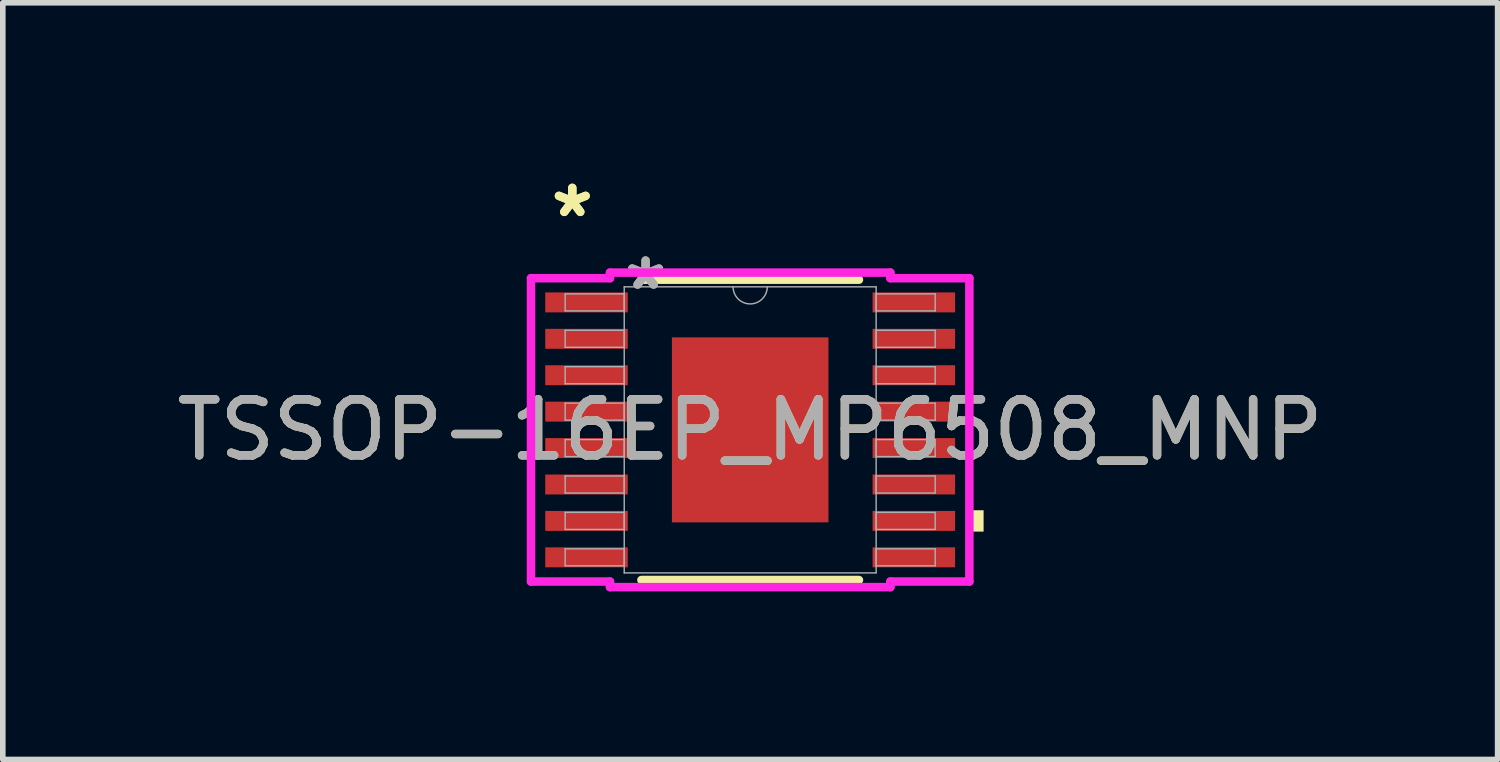
<source format=kicad_pcb>
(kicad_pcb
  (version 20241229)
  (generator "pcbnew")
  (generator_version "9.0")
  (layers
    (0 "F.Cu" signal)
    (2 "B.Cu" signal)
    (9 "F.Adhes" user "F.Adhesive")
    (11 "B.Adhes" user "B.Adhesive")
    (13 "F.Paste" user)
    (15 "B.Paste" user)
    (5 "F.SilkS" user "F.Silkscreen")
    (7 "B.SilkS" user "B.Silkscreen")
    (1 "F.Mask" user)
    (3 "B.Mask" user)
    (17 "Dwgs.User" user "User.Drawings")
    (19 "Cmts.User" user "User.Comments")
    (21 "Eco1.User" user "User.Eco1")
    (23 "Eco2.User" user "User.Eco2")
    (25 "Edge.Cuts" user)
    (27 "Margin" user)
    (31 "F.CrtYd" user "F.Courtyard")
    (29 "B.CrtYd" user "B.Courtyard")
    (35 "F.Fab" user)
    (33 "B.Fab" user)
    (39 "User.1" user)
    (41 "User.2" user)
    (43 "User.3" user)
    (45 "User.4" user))
  (footprint "TSSOP-16EP_MP6508_MNP"
    (layer "F.Cu")
    (at 10.339 4.622)
    (property "Reference" "TSSOP-16EP_MP6508_MNP" (at 0 0 0) (unlocked yes) (layer "F.SilkS") (effects (font (size 1 1) (thickness 0.15))))
    (attr smd)
    (fp_line (start -1.941 2.68) (end 1.941 2.68) (stroke (width 0.152) (type solid)) (layer "F.SilkS"))
    (fp_line (start 1.941 -2.68) (end -1.941 -2.68) (stroke (width 0.152) (type solid)) (layer "F.SilkS"))
    (fp_poly (pts (xy 4.166 1.435) (xy 4.166 1.816) (xy 3.912 1.816) (xy 3.912 1.435)) (stroke (width 0) (type solid)) (fill yes) (layer "F.SilkS"))
    (fp_poly (pts (xy -1.297 -1.551) (xy -1.297 -0.1) (xy -0.1 -0.1) (xy -0.1 -1.551)) (stroke (width 0) (type solid)) (fill yes) (layer "F.Paste"))
    (fp_poly (pts (xy -1.297 0.1) (xy -1.297 1.551) (xy -0.1 1.551) (xy -0.1 0.1)) (stroke (width 0) (type solid)) (fill yes) (layer "F.Paste"))
    (fp_poly (pts (xy 0.1 -1.551) (xy 0.1 -0.1) (xy 1.297 -0.1) (xy 1.297 -1.551)) (stroke (width 0) (type solid)) (fill yes) (layer "F.Paste"))
    (fp_poly (pts (xy 0.1 0.1) (xy 0.1 1.551) (xy 1.297 1.551) (xy 1.297 0.1)) (stroke (width 0) (type solid)) (fill yes) (layer "F.Paste"))
    (fp_line (start -3.912 -2.707) (end -2.502 -2.707) (stroke (width 0.152) (type solid)) (layer "F.CrtYd"))
    (fp_line (start -3.912 2.707) (end -3.912 -2.707) (stroke (width 0.152) (type solid)) (layer "F.CrtYd"))
    (fp_line (start -3.912 2.707) (end -2.502 2.707) (stroke (width 0.152) (type solid)) (layer "F.CrtYd"))
    (fp_line (start -2.502 -2.807) (end 2.502 -2.807) (stroke (width 0.152) (type solid)) (layer "F.CrtYd"))
    (fp_line (start -2.502 -2.707) (end -2.502 -2.807) (stroke (width 0.152) (type solid)) (layer "F.CrtYd"))
    (fp_line (start -2.502 2.807) (end -2.502 2.707) (stroke (width 0.152) (type solid)) (layer "F.CrtYd"))
    (fp_line (start 2.502 -2.807) (end 2.502 -2.707) (stroke (width 0.152) (type solid)) (layer "F.CrtYd"))
    (fp_line (start 2.502 2.707) (end 2.502 2.807) (stroke (width 0.152) (type solid)) (layer "F.CrtYd"))
    (fp_line (start 2.502 2.807) (end -2.502 2.807) (stroke (width 0.152) (type solid)) (layer "F.CrtYd"))
    (fp_line (start 3.912 -2.707) (end 2.502 -2.707) (stroke (width 0.152) (type solid)) (layer "F.CrtYd"))
    (fp_line (start 3.912 -2.707) (end 3.912 2.707) (stroke (width 0.152) (type solid)) (layer "F.CrtYd"))
    (fp_line (start 3.912 2.707) (end 2.502 2.707) (stroke (width 0.152) (type solid)) (layer "F.CrtYd"))
    (fp_line (start -3.302 -2.427) (end -3.302 -2.123) (stroke (width 0.025) (type solid)) (layer "F.Fab"))
    (fp_line (start -3.302 -2.123) (end -2.248 -2.123) (stroke (width 0.025) (type solid)) (layer "F.Fab"))
    (fp_line (start -3.302 -1.777) (end -3.302 -1.473) (stroke (width 0.025) (type solid)) (layer "F.Fab"))
    (fp_line (start -3.302 -1.473) (end -2.248 -1.473) (stroke (width 0.025) (type solid)) (layer "F.Fab"))
    (fp_line (start -3.302 -1.127) (end -3.302 -0.823) (stroke (width 0.025) (type solid)) (layer "F.Fab"))
    (fp_line (start -3.302 -0.823) (end -2.248 -0.823) (stroke (width 0.025) (type solid)) (layer "F.Fab"))
    (fp_line (start -3.302 -0.477) (end -3.302 -0.173) (stroke (width 0.025) (type solid)) (layer "F.Fab"))
    (fp_line (start -3.302 -0.173) (end -2.248 -0.173) (stroke (width 0.025) (type solid)) (layer "F.Fab"))
    (fp_line (start -3.302 0.173) (end -3.302 0.477) (stroke (width 0.025) (type solid)) (layer "F.Fab"))
    (fp_line (start -3.302 0.477) (end -2.248 0.477) (stroke (width 0.025) (type solid)) (layer "F.Fab"))
    (fp_line (start -3.302 0.823) (end -3.302 1.127) (stroke (width 0.025) (type solid)) (layer "F.Fab"))
    (fp_line (start -3.302 1.127) (end -2.248 1.127) (stroke (width 0.025) (type solid)) (layer "F.Fab"))
    (fp_line (start -3.302 1.473) (end -3.302 1.777) (stroke (width 0.025) (type solid)) (layer "F.Fab"))
    (fp_line (start -3.302 1.777) (end -2.248 1.777) (stroke (width 0.025) (type solid)) (layer "F.Fab"))
    (fp_line (start -3.302 2.123) (end -3.302 2.427) (stroke (width 0.025) (type solid)) (layer "F.Fab"))
    (fp_line (start -3.302 2.427) (end -2.248 2.427) (stroke (width 0.025) (type solid)) (layer "F.Fab"))
    (fp_line (start -2.248 -2.553) (end -2.248 2.553) (stroke (width 0.025) (type solid)) (layer "F.Fab"))
    (fp_line (start -2.248 -2.427) (end -3.302 -2.427) (stroke (width 0.025) (type solid)) (layer "F.Fab"))
    (fp_line (start -2.248 -2.123) (end -2.248 -2.427) (stroke (width 0.025) (type solid)) (layer "F.Fab"))
    (fp_line (start -2.248 -1.777) (end -3.302 -1.777) (stroke (width 0.025) (type solid)) (layer "F.Fab"))
    (fp_line (start -2.248 -1.473) (end -2.248 -1.777) (stroke (width 0.025) (type solid)) (layer "F.Fab"))
    (fp_line (start -2.248 -1.127) (end -3.302 -1.127) (stroke (width 0.025) (type solid)) (layer "F.Fab"))
    (fp_line (start -2.248 -0.823) (end -2.248 -1.127) (stroke (width 0.025) (type solid)) (layer "F.Fab"))
    (fp_line (start -2.248 -0.477) (end -3.302 -0.477) (stroke (width 0.025) (type solid)) (layer "F.Fab"))
    (fp_line (start -2.248 -0.173) (end -2.248 -0.477) (stroke (width 0.025) (type solid)) (layer "F.Fab"))
    (fp_line (start -2.248 0.173) (end -3.302 0.173) (stroke (width 0.025) (type solid)) (layer "F.Fab"))
    (fp_line (start -2.248 0.477) (end -2.248 0.173) (stroke (width 0.025) (type solid)) (layer "F.Fab"))
    (fp_line (start -2.248 0.823) (end -3.302 0.823) (stroke (width 0.025) (type solid)) (layer "F.Fab"))
    (fp_line (start -2.248 1.127) (end -2.248 0.823) (stroke (width 0.025) (type solid)) (layer "F.Fab"))
    (fp_line (start -2.248 1.473) (end -3.302 1.473) (stroke (width 0.025) (type solid)) (layer "F.Fab"))
    (fp_line (start -2.248 1.777) (end -2.248 1.473) (stroke (width 0.025) (type solid)) (layer "F.Fab"))
    (fp_line (start -2.248 2.123) (end -3.302 2.123) (stroke (width 0.025) (type solid)) (layer "F.Fab"))
    (fp_line (start -2.248 2.427) (end -2.248 2.123) (stroke (width 0.025) (type solid)) (layer "F.Fab"))
    (fp_line (start -2.248 2.553) (end 2.248 2.553) (stroke (width 0.025) (type solid)) (layer "F.Fab"))
    (fp_line (start 2.248 -2.553) (end -2.248 -2.553) (stroke (width 0.025) (type solid)) (layer "F.Fab"))
    (fp_line (start 2.248 -2.427) (end 2.248 -2.123) (stroke (width 0.025) (type solid)) (layer "F.Fab"))
    (fp_line (start 2.248 -2.123) (end 3.302 -2.123) (stroke (width 0.025) (type solid)) (layer "F.Fab"))
    (fp_line (start 2.248 -1.777) (end 2.248 -1.473) (stroke (width 0.025) (type solid)) (layer "F.Fab"))
    (fp_line (start 2.248 -1.473) (end 3.302 -1.473) (stroke (width 0.025) (type solid)) (layer "F.Fab"))
    (fp_line (start 2.248 -1.127) (end 2.248 -0.823) (stroke (width 0.025) (type solid)) (layer "F.Fab"))
    (fp_line (start 2.248 -0.823) (end 3.302 -0.823) (stroke (width 0.025) (type solid)) (layer "F.Fab"))
    (fp_line (start 2.248 -0.477) (end 2.248 -0.173) (stroke (width 0.025) (type solid)) (layer "F.Fab"))
    (fp_line (start 2.248 -0.173) (end 3.302 -0.173) (stroke (width 0.025) (type solid)) (layer "F.Fab"))
    (fp_line (start 2.248 0.173) (end 2.248 0.477) (stroke (width 0.025) (type solid)) (layer "F.Fab"))
    (fp_line (start 2.248 0.477) (end 3.302 0.477) (stroke (width 0.025) (type solid)) (layer "F.Fab"))
    (fp_line (start 2.248 0.823) (end 2.248 1.127) (stroke (width 0.025) (type solid)) (layer "F.Fab"))
    (fp_line (start 2.248 1.127) (end 3.302 1.127) (stroke (width 0.025) (type solid)) (layer "F.Fab"))
    (fp_line (start 2.248 1.473) (end 2.248 1.777) (stroke (width 0.025) (type solid)) (layer "F.Fab"))
    (fp_line (start 2.248 1.777) (end 3.302 1.777) (stroke (width 0.025) (type solid)) (layer "F.Fab"))
    (fp_line (start 2.248 2.123) (end 2.248 2.427) (stroke (width 0.025) (type solid)) (layer "F.Fab"))
    (fp_line (start 2.248 2.427) (end 3.302 2.427) (stroke (width 0.025) (type solid)) (layer "F.Fab"))
    (fp_line (start 2.248 2.553) (end 2.248 -2.553) (stroke (width 0.025) (type solid)) (layer "F.Fab"))
    (fp_line (start 3.302 -2.427) (end 2.248 -2.427) (stroke (width 0.025) (type solid)) (layer "F.Fab"))
    (fp_line (start 3.302 -2.123) (end 3.302 -2.427) (stroke (width 0.025) (type solid)) (layer "F.Fab"))
    (fp_line (start 3.302 -1.777) (end 2.248 -1.777) (stroke (width 0.025) (type solid)) (layer "F.Fab"))
    (fp_line (start 3.302 -1.473) (end 3.302 -1.777) (stroke (width 0.025) (type solid)) (layer "F.Fab"))
    (fp_line (start 3.302 -1.127) (end 2.248 -1.127) (stroke (width 0.025) (type solid)) (layer "F.Fab"))
    (fp_line (start 3.302 -0.823) (end 3.302 -1.127) (stroke (width 0.025) (type solid)) (layer "F.Fab"))
    (fp_line (start 3.302 -0.477) (end 2.248 -0.477) (stroke (width 0.025) (type solid)) (layer "F.Fab"))
    (fp_line (start 3.302 -0.173) (end 3.302 -0.477) (stroke (width 0.025) (type solid)) (layer "F.Fab"))
    (fp_line (start 3.302 0.173) (end 2.248 0.173) (stroke (width 0.025) (type solid)) (layer "F.Fab"))
    (fp_line (start 3.302 0.477) (end 3.302 0.173) (stroke (width 0.025) (type solid)) (layer "F.Fab"))
    (fp_line (start 3.302 0.823) (end 2.248 0.823) (stroke (width 0.025) (type solid)) (layer "F.Fab"))
    (fp_line (start 3.302 1.127) (end 3.302 0.823) (stroke (width 0.025) (type solid)) (layer "F.Fab"))
    (fp_line (start 3.302 1.473) (end 2.248 1.473) (stroke (width 0.025) (type solid)) (layer "F.Fab"))
    (fp_line (start 3.302 1.777) (end 3.302 1.473) (stroke (width 0.025) (type solid)) (layer "F.Fab"))
    (fp_line (start 3.302 2.123) (end 2.248 2.123) (stroke (width 0.025) (type solid)) (layer "F.Fab"))
    (fp_line (start 3.302 2.427) (end 3.302 2.123) (stroke (width 0.025) (type solid)) (layer "F.Fab"))
    (fp_arc (start 0.3048 -2.5527) (mid 0 -2.2479) (end -0.3048 -2.5527) (stroke (width 0.0254) (type solid)) (layer "F.Fab"))
    (fp_text user "*" (at -3.175 -3.774 0) (layer "F.SilkS") (effects (font (size 1 1) (thickness 0.15))))
    (fp_text user "*" (at -3.175 -3.774 0) (unlocked yes) (layer "F.SilkS") (effects (font (size 1 1) (thickness 0.15))))
    (fp_text user "*" (at -1.867 -2.477 0) (unlocked yes) (layer "F.Fab") (effects (font (size 1 1) (thickness 0.15))))
    (fp_text user "${REFERENCE}" (at 0 0 0) (unlocked yes) (layer "F.Fab") (effects (font (size 1 1) (thickness 0.15))))
    (fp_text user "*" (at -1.867 -2.477 0) (layer "F.Fab") (effects (font (size 1 1) (thickness 0.15))))
    (pad "1" smd rect (at -2.921 -2.275) (size 1.473 0.356) (layers "F.Cu" "F.Mask" "F.Paste"))
    (pad "2" smd rect (at -2.921 -1.625) (size 1.473 0.356) (layers "F.Cu" "F.Mask" "F.Paste"))
    (pad "3" smd rect (at -2.921 -0.975) (size 1.473 0.356) (layers "F.Cu" "F.Mask" "F.Paste"))
    (pad "4" smd rect (at -2.921 -0.325) (size 1.473 0.356) (layers "F.Cu" "F.Mask" "F.Paste"))
    (pad "5" smd rect (at -2.921 0.325) (size 1.473 0.356) (layers "F.Cu" "F.Mask" "F.Paste"))
    (pad "6" smd rect (at -2.921 0.975) (size 1.473 0.356) (layers "F.Cu" "F.Mask" "F.Paste"))
    (pad "7" smd rect (at -2.921 1.625) (size 1.473 0.356) (layers "F.Cu" "F.Mask" "F.Paste"))
    (pad "8" smd rect (at -2.921 2.275) (size 1.473 0.356) (layers "F.Cu" "F.Mask" "F.Paste"))
    (pad "9" smd rect (at 2.921 2.275) (size 1.473 0.356) (layers "F.Cu" "F.Mask" "F.Paste"))
    (pad "10" smd rect (at 2.921 1.625) (size 1.473 0.356) (layers "F.Cu" "F.Mask" "F.Paste"))
    (pad "11" smd rect (at 2.921 0.975) (size 1.473 0.356) (layers "F.Cu" "F.Mask" "F.Paste"))
    (pad "12" smd rect (at 2.921 0.325) (size 1.473 0.356) (layers "F.Cu" "F.Mask" "F.Paste"))
    (pad "13" smd rect (at 2.921 -0.325) (size 1.473 0.356) (layers "F.Cu" "F.Mask" "F.Paste"))
    (pad "14" smd rect (at 2.921 -0.975) (size 1.473 0.356) (layers "F.Cu" "F.Mask" "F.Paste"))
    (pad "15" smd rect (at 2.921 -1.625) (size 1.473 0.356) (layers "F.Cu" "F.Mask" "F.Paste"))
    (pad "16" smd rect (at 2.921 -2.275) (size 1.473 0.356) (layers "F.Cu" "F.Mask" "F.Paste"))
    (pad "EPAD" smd rect (at 0 0) (size 2.794 3.302) (layers "F.Cu" "F.Mask")))
  (gr_rect
    (start -3 -3)
    (end 23.679 10.505)
    (stroke (width 0.1) (type default))
    (fill no)
    (layer "Edge.Cuts")))
</source>
